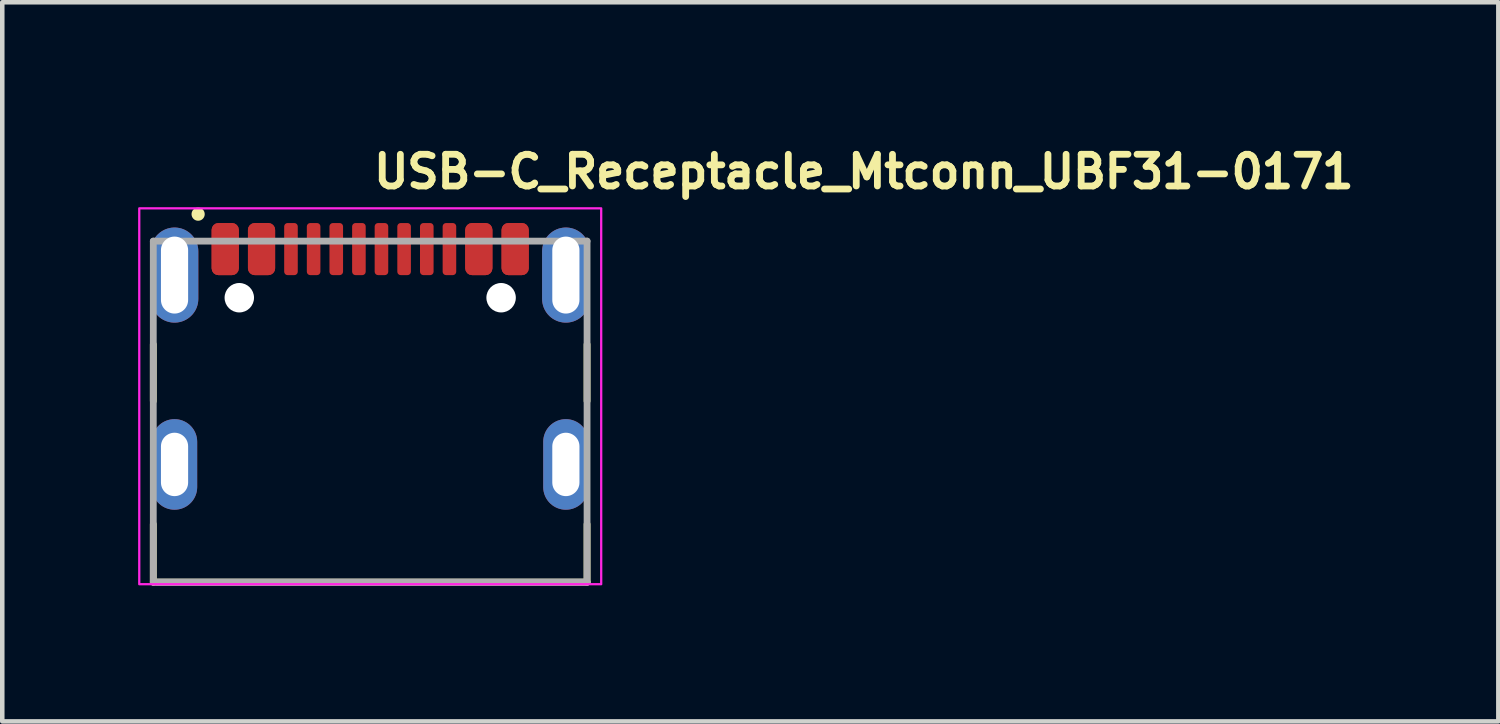
<source format=kicad_pcb>
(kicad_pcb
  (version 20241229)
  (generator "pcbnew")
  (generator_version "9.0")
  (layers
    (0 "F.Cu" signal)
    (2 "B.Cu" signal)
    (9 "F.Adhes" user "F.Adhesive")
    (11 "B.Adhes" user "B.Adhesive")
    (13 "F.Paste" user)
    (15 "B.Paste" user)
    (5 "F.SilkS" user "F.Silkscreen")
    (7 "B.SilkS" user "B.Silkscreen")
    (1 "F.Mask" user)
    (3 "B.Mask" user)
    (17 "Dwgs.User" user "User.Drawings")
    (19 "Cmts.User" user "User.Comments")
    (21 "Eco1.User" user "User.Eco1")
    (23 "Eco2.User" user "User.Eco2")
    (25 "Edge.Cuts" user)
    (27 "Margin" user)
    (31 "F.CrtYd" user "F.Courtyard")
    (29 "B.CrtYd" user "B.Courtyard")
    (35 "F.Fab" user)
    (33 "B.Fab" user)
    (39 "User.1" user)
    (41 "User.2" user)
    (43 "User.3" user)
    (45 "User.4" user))
  (footprint "USB-C_Receptacle_Mtconn_UBF31-0171"
    (layer "F.Cu")
    (at 5.125 5.95)
    (property "Reference" "USB-C_Receptacle_Mtconn_UBF31-0171" (at 0 -4.8 0) (layer "F.SilkS") (effects (font (size 0.7 0.7) (thickness 0.15)) (justify left bottom)))
    (attr smd)
    (fp_line (start -4.79 -1.395) (end -4.79 -0.145) (stroke (width 0.15) (type solid)) (layer "F.SilkS"))
    (fp_line (start -4.79 2.575) (end -4.79 3.854) (stroke (width 0.15) (type solid)) (layer "F.SilkS"))
    (fp_line (start -4.79 3.854) (end 4.788 3.854) (stroke (width 0.15) (type solid)) (layer "F.SilkS"))
    (fp_line (start 4.788 -1.395) (end 4.788 -0.145) (stroke (width 0.15) (type solid)) (layer "F.SilkS"))
    (fp_line (start 4.788 3.854) (end 4.788 2.575) (stroke (width 0.15) (type solid)) (layer "F.SilkS"))
    (fp_circle (center -3.8 -4.271) (end -3.75 -4.221) (stroke (width 0.15) (type solid)) (fill yes) (layer "F.SilkS"))
    (fp_rect (start -5.1 -4.4) (end 5.1 3.9) (stroke (width 0.05) (type solid)) (fill no) (layer "F.CrtYd"))
    (fp_line (start -4.79 -3.676) (end 4.788 -3.676) (stroke (width 0.15) (type solid)) (layer "F.Fab"))
    (fp_line (start -4.79 3.854) (end -4.79 -3.676) (stroke (width 0.15) (type solid)) (layer "F.Fab"))
    (fp_line (start -4.702 3.854) (end 4.788 3.854) (stroke (width 0.15) (type solid)) (layer "F.Fab"))
    (fp_line (start 4.788 -3.676) (end 4.788 3.854) (stroke (width 0.15) (type solid)) (layer "F.Fab"))
    (fp_line (start 4.788 3.854) (end -4.79 3.854) (stroke (width 0.15) (type solid)) (layer "F.Fab"))
    (fp_rect (start -4.79 -3.856) (end 4.788 3.854) (stroke (width 0.1) (type solid)) (fill no) (layer "User.5"))
    (fp_line (start -4.79 -3.25) (end -4.79 -3.226) (stroke (width 0.02) (type solid)) (layer "User.9"))
    (fp_line (start -4.79 -3.226) (end -4.79 -2.077) (stroke (width 0.02) (type solid)) (layer "User.9"))
    (fp_line (start -4.79 -1.875) (end -4.79 -2.077) (stroke (width 0.02) (type solid)) (layer "User.9"))
    (fp_line (start -4.789 -3.273) (end -4.79 -3.25) (stroke (width 0.02) (type solid)) (layer "User.9"))
    (fp_line (start -4.786 -3.294) (end -4.789 -3.273) (stroke (width 0.02) (type solid)) (layer "User.9"))
    (fp_line (start -4.781 -3.317) (end -4.786 -3.294) (stroke (width 0.02) (type solid)) (layer "User.9"))
    (fp_line (start -4.776 -3.339) (end -4.781 -3.317) (stroke (width 0.02) (type solid)) (layer "User.9"))
    (fp_line (start -4.771 -3.359) (end -4.776 -3.339) (stroke (width 0.02) (type solid)) (layer "User.9"))
    (fp_line (start -4.763 -3.38) (end -4.771 -3.359) (stroke (width 0.02) (type solid)) (layer "User.9"))
    (fp_line (start -4.755 -3.402) (end -4.763 -3.38) (stroke (width 0.02) (type solid)) (layer "User.9"))
    (fp_line (start -4.747 -3.422) (end -4.755 -3.402) (stroke (width 0.02) (type solid)) (layer "User.9"))
    (fp_line (start -4.736 -3.44) (end -4.747 -3.422) (stroke (width 0.02) (type solid)) (layer "User.9"))
    (fp_line (start -4.726 -3.46) (end -4.736 -3.44) (stroke (width 0.02) (type solid)) (layer "User.9"))
    (fp_line (start -4.715 -3.477) (end -4.726 -3.46) (stroke (width 0.02) (type solid)) (layer "User.9"))
    (fp_line (start -4.702 -3.496) (end -4.715 -3.477) (stroke (width 0.02) (type solid)) (layer "User.9"))
    (fp_line (start -4.688 -3.512) (end -4.702 -3.496) (stroke (width 0.02) (type solid)) (layer "User.9"))
    (fp_line (start -4.675 -3.528) (end -4.688 -3.512) (stroke (width 0.02) (type solid)) (layer "User.9"))
    (fp_line (start -4.659 -3.544) (end -4.675 -3.528) (stroke (width 0.02) (type solid)) (layer "User.9"))
    (fp_line (start -4.643 -3.56) (end -4.659 -3.544) (stroke (width 0.02) (type solid)) (layer "User.9"))
    (fp_line (start -4.64 -1.875) (end -4.79 -1.875) (stroke (width 0.02) (type solid)) (layer "User.9"))
    (fp_line (start -4.64 -1.875) (end -4.6 -1.917) (stroke (width 0.02) (type solid)) (layer "User.9"))
    (fp_line (start -4.627 -3.573) (end -4.643 -3.56) (stroke (width 0.02) (type solid)) (layer "User.9"))
    (fp_line (start -4.611 -3.586) (end -4.627 -3.573) (stroke (width 0.02) (type solid)) (layer "User.9"))
    (fp_line (start -4.6 -1.917) (end -4.6 -1.917) (stroke (width 0.02) (type solid)) (layer "User.9"))
    (fp_line (start -4.6 -1.917) (end -4.491 -2.025) (stroke (width 0.02) (type solid)) (layer "User.9"))
    (fp_line (start -4.593 -3.6) (end -4.611 -3.586) (stroke (width 0.02) (type solid)) (layer "User.9"))
    (fp_line (start -4.574 -3.61) (end -4.593 -3.6) (stroke (width 0.02) (type solid)) (layer "User.9"))
    (fp_line (start -4.555 -3.621) (end -4.574 -3.61) (stroke (width 0.02) (type solid)) (layer "User.9"))
    (fp_line (start -4.537 -3.632) (end -4.555 -3.621) (stroke (width 0.02) (type solid)) (layer "User.9"))
    (fp_line (start -4.516 -3.641) (end -4.537 -3.632) (stroke (width 0.02) (type solid)) (layer "User.9"))
    (fp_line (start -4.496 -3.649) (end -4.516 -3.641) (stroke (width 0.02) (type solid)) (layer "User.9"))
    (fp_line (start -4.491 -3.242) (end -4.491 -3.234) (stroke (width 0.02) (type solid)) (layer "User.9"))
    (fp_line (start -4.491 -3.234) (end -4.491 -3.226) (stroke (width 0.02) (type solid)) (layer "User.9"))
    (fp_line (start -4.491 -3.226) (end -4.491 -2.077) (stroke (width 0.02) (type solid)) (layer "User.9"))
    (fp_line (start -4.491 -2.327) (end -4.47 -2.327) (stroke (width 0.02) (type solid)) (layer "User.9"))
    (fp_line (start -4.491 -2.025) (end -4.491 -2.077) (stroke (width 0.02) (type solid)) (layer "User.9"))
    (fp_line (start -4.489 -3.249) (end -4.491 -3.242) (stroke (width 0.02) (type solid)) (layer "User.9"))
    (fp_line (start -4.488 -3.257) (end -4.489 -3.249) (stroke (width 0.02) (type solid)) (layer "User.9"))
    (fp_line (start -4.486 -3.263) (end -4.488 -3.257) (stroke (width 0.02) (type solid)) (layer "User.9"))
    (fp_line (start -4.484 -3.27) (end -4.486 -3.263) (stroke (width 0.02) (type solid)) (layer "User.9"))
    (fp_line (start -4.481 -3.278) (end -4.484 -3.27) (stroke (width 0.02) (type solid)) (layer "User.9"))
    (fp_line (start -4.479 -3.285) (end -4.481 -3.278) (stroke (width 0.02) (type solid)) (layer "User.9"))
    (fp_line (start -4.476 -3.291) (end -4.479 -3.285) (stroke (width 0.02) (type solid)) (layer "User.9"))
    (fp_line (start -4.475 -3.656) (end -4.496 -3.649) (stroke (width 0.02) (type solid)) (layer "User.9"))
    (fp_line (start -4.473 -3.298) (end -4.476 -3.291) (stroke (width 0.02) (type solid)) (layer "User.9"))
    (fp_line (start -4.47 -3.303) (end -4.473 -3.298) (stroke (width 0.02) (type solid)) (layer "User.9"))
    (fp_line (start -4.47 -3.176) (end -4.47 -3.301) (stroke (width 0.02) (type solid)) (layer "User.9"))
    (fp_line (start -4.47 -3.176) (end -4.47 -3.125) (stroke (width 0.02) (type solid)) (layer "User.9"))
    (fp_line (start -4.47 -3.125) (end -4.47 3.854) (stroke (width 0.02) (type solid)) (layer "User.9"))
    (fp_line (start -4.47 -2.952) (end -4.491 -2.923) (stroke (width 0.02) (type solid)) (layer "User.9"))
    (fp_line (start -4.465 -3.31) (end -4.47 -3.303) (stroke (width 0.02) (type solid)) (layer "User.9"))
    (fp_line (start -4.462 -3.315) (end -4.465 -3.31) (stroke (width 0.02) (type solid)) (layer "User.9"))
    (fp_line (start -4.462 -3.125) (end -4.47 -3.125) (stroke (width 0.02) (type solid)) (layer "User.9"))
    (fp_line (start -4.462 -3.125) (end -4.462 -3.125) (stroke (width 0.02) (type solid)) (layer "User.9"))
    (fp_line (start -4.462 3.854) (end -4.47 3.854) (stroke (width 0.02) (type solid)) (layer "User.9"))
    (fp_line (start -4.462 3.854) (end -4.462 3.854) (stroke (width 0.02) (type solid)) (layer "User.9"))
    (fp_line (start -4.457 -3.322) (end -4.462 -3.315) (stroke (width 0.02) (type solid)) (layer "User.9"))
    (fp_line (start -4.454 -3.661) (end -4.475 -3.656) (stroke (width 0.02) (type solid)) (layer "User.9"))
    (fp_line (start -4.452 -3.326) (end -4.457 -3.322) (stroke (width 0.02) (type solid)) (layer "User.9"))
    (fp_line (start -4.447 -3.332) (end -4.452 -3.326) (stroke (width 0.02) (type solid)) (layer "User.9"))
    (fp_line (start -4.441 -3.338) (end -4.447 -3.332) (stroke (width 0.02) (type solid)) (layer "User.9"))
    (fp_line (start -4.438 -3.125) (end -4.462 -3.125) (stroke (width 0.02) (type solid)) (layer "User.9"))
    (fp_line (start -4.438 -3.125) (end -4.438 -3.125) (stroke (width 0.02) (type solid)) (layer "User.9"))
    (fp_line (start -4.438 3.854) (end -4.462 3.854) (stroke (width 0.02) (type solid)) (layer "User.9"))
    (fp_line (start -4.438 3.854) (end -4.438 3.854) (stroke (width 0.02) (type solid)) (layer "User.9"))
    (fp_line (start -4.436 -3.342) (end -4.441 -3.338) (stroke (width 0.02) (type solid)) (layer "User.9"))
    (fp_line (start -4.431 -3.666) (end -4.454 -3.661) (stroke (width 0.02) (type solid)) (layer "User.9"))
    (fp_line (start -4.43 -3.347) (end -4.436 -3.342) (stroke (width 0.02) (type solid)) (layer "User.9"))
    (fp_line (start -4.425 -3.351) (end -4.43 -3.347) (stroke (width 0.02) (type solid)) (layer "User.9"))
    (fp_line (start -4.419 -3.355) (end -4.425 -3.351) (stroke (width 0.02) (type solid)) (layer "User.9"))
    (fp_line (start -4.412 -3.358) (end -4.419 -3.355) (stroke (width 0.02) (type solid)) (layer "User.9"))
    (fp_line (start -4.409 -3.67) (end -4.431 -3.666) (stroke (width 0.02) (type solid)) (layer "User.9"))
    (fp_line (start -4.406 -3.362) (end -4.412 -3.358) (stroke (width 0.02) (type solid)) (layer "User.9"))
    (fp_line (start -4.399 -3.364) (end -4.406 -3.362) (stroke (width 0.02) (type solid)) (layer "User.9"))
    (fp_line (start -4.399 -3.125) (end -4.438 -3.125) (stroke (width 0.02) (type solid)) (layer "User.9"))
    (fp_line (start -4.399 -3.125) (end -4.399 -3.125) (stroke (width 0.02) (type solid)) (layer "User.9"))
    (fp_line (start -4.399 3.854) (end -4.438 3.854) (stroke (width 0.02) (type solid)) (layer "User.9"))
    (fp_line (start -4.399 3.854) (end -4.399 3.854) (stroke (width 0.02) (type solid)) (layer "User.9"))
    (fp_line (start -4.393 -3.367) (end -4.399 -3.364) (stroke (width 0.02) (type solid)) (layer "User.9"))
    (fp_line (start -4.388 -3.673) (end -4.409 -3.67) (stroke (width 0.02) (type solid)) (layer "User.9"))
    (fp_line (start -4.385 -3.37) (end -4.393 -3.367) (stroke (width 0.02) (type solid)) (layer "User.9"))
    (fp_line (start -4.379 -3.371) (end -4.385 -3.37) (stroke (width 0.02) (type solid)) (layer "User.9"))
    (fp_line (start -4.372 -3.372) (end -4.379 -3.371) (stroke (width 0.02) (type solid)) (layer "User.9"))
    (fp_line (start -4.364 -3.676) (end -4.388 -3.673) (stroke (width 0.02) (type solid)) (layer "User.9"))
    (fp_line (start -4.364 -3.375) (end -4.372 -3.372) (stroke (width 0.02) (type solid)) (layer "User.9"))
    (fp_line (start -4.363 -3.285) (end -4.47 -3.176) (stroke (width 0.02) (type solid)) (layer "User.9"))
    (fp_line (start -4.363 -3.285) (end -4.363 -3.285) (stroke (width 0.02) (type solid)) (layer "User.9"))
    (fp_line (start -4.356 -3.375) (end -4.364 -3.375) (stroke (width 0.02) (type solid)) (layer "User.9"))
    (fp_line (start -4.348 -3.375) (end -4.356 -3.375) (stroke (width 0.02) (type solid)) (layer "User.9"))
    (fp_line (start -4.345 -3.125) (end -4.399 -3.125) (stroke (width 0.02) (type solid)) (layer "User.9"))
    (fp_line (start -4.345 -3.125) (end -4.345 -3.125) (stroke (width 0.02) (type solid)) (layer "User.9"))
    (fp_line (start -4.345 3.854) (end -4.399 3.854) (stroke (width 0.02) (type solid)) (layer "User.9"))
    (fp_line (start -4.345 3.854) (end -4.345 3.854) (stroke (width 0.02) (type solid)) (layer "User.9"))
    (fp_line (start -4.34 -3.676) (end -4.364 -3.676) (stroke (width 0.02) (type solid)) (layer "User.9"))
    (fp_line (start -4.34 -3.676) (end -4.321 -3.676) (stroke (width 0.02) (type solid)) (layer "User.9"))
    (fp_line (start -4.34 -3.375) (end -4.348 -3.375) (stroke (width 0.02) (type solid)) (layer "User.9"))
    (fp_line (start -4.34 -3.375) (end -4.321 -3.375) (stroke (width 0.02) (type solid)) (layer "User.9"))
    (fp_line (start -4.321 -3.676) (end -4.314 -3.676) (stroke (width 0.02) (type solid)) (layer "User.9"))
    (fp_line (start -4.321 -3.375) (end -4.321 -3.676) (stroke (width 0.02) (type solid)) (layer "User.9"))
    (fp_line (start -4.321 -3.375) (end -4.321 -3.326) (stroke (width 0.02) (type solid)) (layer "User.9"))
    (fp_line (start -4.321 -3.375) (end -4.314 -3.375) (stroke (width 0.02) (type solid)) (layer "User.9"))
    (fp_line (start -4.321 -3.326) (end -4.363 -3.285) (stroke (width 0.02) (type solid)) (layer "User.9"))
    (fp_line (start -4.314 -3.676) (end -4.314 -3.676) (stroke (width 0.02) (type solid)) (layer "User.9"))
    (fp_line (start -4.314 -3.676) (end -4.297 -3.676) (stroke (width 0.02) (type solid)) (layer "User.9"))
    (fp_line (start -4.314 -3.375) (end -4.314 -3.375) (stroke (width 0.02) (type solid)) (layer "User.9"))
    (fp_line (start -4.314 -3.375) (end -4.297 -3.375) (stroke (width 0.02) (type solid)) (layer "User.9"))
    (fp_line (start -4.297 -3.676) (end -4.297 -3.676) (stroke (width 0.02) (type solid)) (layer "User.9"))
    (fp_line (start -4.297 -3.676) (end -4.268 -3.676) (stroke (width 0.02) (type solid)) (layer "User.9"))
    (fp_line (start -4.297 -3.375) (end -4.297 -3.375) (stroke (width 0.02) (type solid)) (layer "User.9"))
    (fp_line (start -4.297 -3.375) (end -4.268 -3.375) (stroke (width 0.02) (type solid)) (layer "User.9"))
    (fp_line (start -4.274 -3.125) (end -4.345 -3.125) (stroke (width 0.02) (type solid)) (layer "User.9"))
    (fp_line (start -4.274 -3.125) (end -4.274 -3.125) (stroke (width 0.02) (type solid)) (layer "User.9"))
    (fp_line (start -4.274 3.854) (end -4.345 3.854) (stroke (width 0.02) (type solid)) (layer "User.9"))
    (fp_line (start -4.274 3.854) (end -4.274 3.854) (stroke (width 0.02) (type solid)) (layer "User.9"))
    (fp_line (start -4.268 -3.676) (end -4.268 -3.676) (stroke (width 0.02) (type solid)) (layer "User.9"))
    (fp_line (start -4.268 -3.676) (end -4.225 -3.676) (stroke (width 0.02) (type solid)) (layer "User.9"))
    (fp_line (start -4.268 -3.375) (end -4.268 -3.375) (stroke (width 0.02) (type solid)) (layer "User.9"))
    (fp_line (start -4.268 -3.375) (end -4.225 -3.375) (stroke (width 0.02) (type solid)) (layer "User.9"))
    (fp_line (start -4.225 -3.676) (end -4.225 -3.676) (stroke (width 0.02) (type solid)) (layer "User.9"))
    (fp_line (start -4.225 -3.676) (end -4.173 -3.676) (stroke (width 0.02) (type solid)) (layer "User.9"))
    (fp_line (start -4.225 -3.375) (end -4.225 -3.375) (stroke (width 0.02) (type solid)) (layer "User.9"))
    (fp_line (start -4.225 -3.375) (end -4.173 -3.375) (stroke (width 0.02) (type solid)) (layer "User.9"))
    (fp_line (start -4.191 -3.125) (end -4.274 -3.125) (stroke (width 0.02) (type solid)) (layer "User.9"))
    (fp_line (start -4.191 -3.125) (end -4.191 -3.125) (stroke (width 0.02) (type solid)) (layer "User.9"))
    (fp_line (start -4.191 3.854) (end -4.274 3.854) (stroke (width 0.02) (type solid)) (layer "User.9"))
    (fp_line (start -4.191 3.854) (end -4.191 3.854) (stroke (width 0.02) (type solid)) (layer "User.9"))
    (fp_line (start -4.173 -3.676) (end -4.173 -3.676) (stroke (width 0.02) (type solid)) (layer "User.9"))
    (fp_line (start -4.173 -3.676) (end -4.111 -3.676) (stroke (width 0.02) (type solid)) (layer "User.9"))
    (fp_line (start -4.173 -3.375) (end -4.173 -3.375) (stroke (width 0.02) (type solid)) (layer "User.9"))
    (fp_line (start -4.173 -3.375) (end -4.111 -3.375) (stroke (width 0.02) (type solid)) (layer "User.9"))
    (fp_line (start -4.17 -3.375) (end -4.17 -3.326) (stroke (width 0.02) (type solid)) (layer "User.9"))
    (fp_line (start -4.17 -3.326) (end -4.321 -3.326) (stroke (width 0.02) (type solid)) (layer "User.9"))
    (fp_line (start -4.17 -3.326) (end -4.17 -3.176) (stroke (width 0.02) (type solid)) (layer "User.9"))
    (fp_line (start -4.17 -3.176) (end -3.972 -3.375) (stroke (width 0.02) (type solid)) (layer "User.9"))
    (fp_line (start -4.17 -3.125) (end -4.17 -3.176) (stroke (width 0.02) (type solid)) (layer "User.9"))
    (fp_line (start -4.164 -3.176) (end -4.17 -3.176) (stroke (width 0.02) (type solid)) (layer "User.9"))
    (fp_line (start -4.164 -3.176) (end -4.164 -3.176) (stroke (width 0.02) (type solid)) (layer "User.9"))
    (fp_line (start -4.146 -3.176) (end -4.164 -3.176) (stroke (width 0.02) (type solid)) (layer "User.9"))
    (fp_line (start -4.146 -3.176) (end -4.146 -3.176) (stroke (width 0.02) (type solid)) (layer "User.9"))
    (fp_line (start -4.116 -3.176) (end -4.146 -3.176) (stroke (width 0.02) (type solid)) (layer "User.9"))
    (fp_line (start -4.116 -3.176) (end -4.116 -3.176) (stroke (width 0.02) (type solid)) (layer "User.9"))
    (fp_line (start -4.111 -3.676) (end -4.111 -3.676) (stroke (width 0.02) (type solid)) (layer "User.9"))
    (fp_line (start -4.111 -3.676) (end -4.037 -3.676) (stroke (width 0.02) (type solid)) (layer "User.9"))
    (fp_line (start -4.111 -3.375) (end -4.111 -3.375) (stroke (width 0.02) (type solid)) (layer "User.9"))
    (fp_line (start -4.111 -3.375) (end -4.037 -3.375) (stroke (width 0.02) (type solid)) (layer "User.9"))
    (fp_line (start -4.096 -3.125) (end -4.191 -3.125) (stroke (width 0.02) (type solid)) (layer "User.9"))
    (fp_line (start -4.096 -3.125) (end -4.096 -3.125) (stroke (width 0.02) (type solid)) (layer "User.9"))
    (fp_line (start -4.096 3.854) (end -4.191 3.854) (stroke (width 0.02) (type solid)) (layer "User.9"))
    (fp_line (start -4.096 3.854) (end -4.096 3.854) (stroke (width 0.02) (type solid)) (layer "User.9"))
    (fp_line (start -4.074 -3.176) (end -4.116 -3.176) (stroke (width 0.02) (type solid)) (layer "User.9"))
    (fp_line (start -4.074 -3.176) (end -4.074 -3.176) (stroke (width 0.02) (type solid)) (layer "User.9"))
    (fp_line (start -4.037 -3.676) (end -4.037 -3.676) (stroke (width 0.02) (type solid)) (layer "User.9"))
    (fp_line (start -4.037 -3.676) (end -3.955 -3.676) (stroke (width 0.02) (type solid)) (layer "User.9"))
    (fp_line (start -4.037 -3.375) (end -4.037 -3.375) (stroke (width 0.02) (type solid)) (layer "User.9"))
    (fp_line (start -4.037 -3.375) (end -3.955 -3.375) (stroke (width 0.02) (type solid)) (layer "User.9"))
    (fp_line (start -4.021 -3.176) (end -4.074 -3.176) (stroke (width 0.02) (type solid)) (layer "User.9"))
    (fp_line (start -4.021 -3.176) (end -4.021 -3.176) (stroke (width 0.02) (type solid)) (layer "User.9"))
    (fp_line (start -3.989 -3.125) (end -4.096 -3.125) (stroke (width 0.02) (type solid)) (layer "User.9"))
    (fp_line (start -3.989 -3.125) (end -3.989 -3.125) (stroke (width 0.02) (type solid)) (layer "User.9"))
    (fp_line (start -3.989 3.854) (end -4.096 3.854) (stroke (width 0.02) (type solid)) (layer "User.9"))
    (fp_line (start -3.989 3.854) (end -3.989 3.854) (stroke (width 0.02) (type solid)) (layer "User.9"))
    (fp_line (start -3.958 -3.176) (end -4.021 -3.176) (stroke (width 0.02) (type solid)) (layer "User.9"))
    (fp_line (start -3.958 -3.176) (end -3.958 -3.176) (stroke (width 0.02) (type solid)) (layer "User.9"))
    (fp_line (start -3.955 -3.676) (end -3.955 -3.676) (stroke (width 0.02) (type solid)) (layer "User.9"))
    (fp_line (start -3.955 -3.676) (end -3.769 -3.676) (stroke (width 0.02) (type solid)) (layer "User.9"))
    (fp_line (start -3.955 -3.375) (end -3.955 -3.375) (stroke (width 0.02) (type solid)) (layer "User.9"))
    (fp_line (start -3.955 -3.375) (end -3.769 -3.375) (stroke (width 0.02) (type solid)) (layer "User.9"))
    (fp_line (start -3.883 -3.176) (end -3.958 -3.176) (stroke (width 0.02) (type solid)) (layer "User.9"))
    (fp_line (start -3.883 -3.176) (end -3.883 -3.176) (stroke (width 0.02) (type solid)) (layer "User.9"))
    (fp_line (start -3.871 -3.125) (end -3.989 -3.125) (stroke (width 0.02) (type solid)) (layer "User.9"))
    (fp_line (start -3.871 -3.125) (end -3.871 -3.125) (stroke (width 0.02) (type solid)) (layer "User.9"))
    (fp_line (start -3.871 3.854) (end -3.989 3.854) (stroke (width 0.02) (type solid)) (layer "User.9"))
    (fp_line (start -3.871 3.854) (end -3.871 3.854) (stroke (width 0.02) (type solid)) (layer "User.9"))
    (fp_line (start -3.769 -3.676) (end -3.769 -3.676) (stroke (width 0.02) (type solid)) (layer "User.9"))
    (fp_line (start -3.769 -3.676) (end -3.33 -3.676) (stroke (width 0.02) (type solid)) (layer "User.9"))
    (fp_line (start -3.769 -3.375) (end -3.769 -3.375) (stroke (width 0.02) (type solid)) (layer "User.9"))
    (fp_line (start -3.769 -3.375) (end -3.33 -3.375) (stroke (width 0.02) (type solid)) (layer "User.9"))
    (fp_line (start -3.713 -3.176) (end -3.883 -3.176) (stroke (width 0.02) (type solid)) (layer "User.9"))
    (fp_line (start -3.713 -3.176) (end -3.713 -3.176) (stroke (width 0.02) (type solid)) (layer "User.9"))
    (fp_line (start -3.613 -3.125) (end -3.871 -3.125) (stroke (width 0.02) (type solid)) (layer "User.9"))
    (fp_line (start -3.613 -3.125) (end -3.613 -3.125) (stroke (width 0.02) (type solid)) (layer "User.9"))
    (fp_line (start -3.613 3.854) (end -3.871 3.854) (stroke (width 0.02) (type solid)) (layer "User.9"))
    (fp_line (start -3.613 3.854) (end -3.613 3.854) (stroke (width 0.02) (type solid)) (layer "User.9"))
    (fp_line (start -3.515 -3.176) (end -3.713 -3.176) (stroke (width 0.02) (type solid)) (layer "User.9"))
    (fp_line (start -3.515 -3.176) (end -3.515 -3.176) (stroke (width 0.02) (type solid)) (layer "User.9"))
    (fp_line (start -3.451 -3.856) (end -3.451 -3.676) (stroke (width 0.02) (type solid)) (layer "User.9"))
    (fp_line (start -3.451 -3.856) (end -3.21 -3.856) (stroke (width 0.02) (type solid)) (layer "User.9"))
    (fp_line (start -3.33 -3.676) (end -3.293 -3.676) (stroke (width 0.02) (type solid)) (layer "User.9"))
    (fp_line (start -3.33 -3.375) (end -3.293 -3.375) (stroke (width 0.02) (type solid)) (layer "User.9"))
    (fp_line (start -3.293 -3.676) (end -3.009 -3.676) (stroke (width 0.02) (type solid)) (layer "User.9"))
    (fp_line (start -3.293 -3.375) (end -3.009 -3.375) (stroke (width 0.02) (type solid)) (layer "User.9"))
    (fp_line (start -3.21 -3.856) (end -3.21 -3.676) (stroke (width 0.02) (type solid)) (layer "User.9"))
    (fp_line (start -3.19 -3.856) (end -3.19 -3.676) (stroke (width 0.02) (type solid)) (layer "User.9"))
    (fp_line (start -3.19 -3.856) (end -2.952 -3.856) (stroke (width 0.02) (type solid)) (layer "User.9"))
    (fp_line (start -3.19 -3.176) (end -3.515 -3.176) (stroke (width 0.02) (type solid)) (layer "User.9"))
    (fp_line (start -3.19 -3.125) (end -3.613 -3.125) (stroke (width 0.02) (type solid)) (layer "User.9"))
    (fp_line (start -3.19 3.854) (end -3.613 3.854) (stroke (width 0.02) (type solid)) (layer "User.9"))
    (fp_line (start -3.009 -3.676) (end -2.868 -3.676) (stroke (width 0.02) (type solid)) (layer "User.9"))
    (fp_line (start -3.009 -3.375) (end -2.868 -3.375) (stroke (width 0.02) (type solid)) (layer "User.9"))
    (fp_line (start -2.952 -3.856) (end -2.952 -3.676) (stroke (width 0.02) (type solid)) (layer "User.9"))
    (fp_line (start -2.868 -3.676) (end -2.609 -3.676) (stroke (width 0.02) (type solid)) (layer "User.9"))
    (fp_line (start -2.868 -3.375) (end -2.609 -3.375) (stroke (width 0.02) (type solid)) (layer "User.9"))
    (fp_line (start -2.709 -3.125) (end -3.19 -3.125) (stroke (width 0.02) (type solid)) (layer "User.9"))
    (fp_line (start -2.703 -3.126) (end -2.709 -3.126) (stroke (width 0.02) (type solid)) (layer "User.9"))
    (fp_line (start -2.698 -3.126) (end -2.703 -3.126) (stroke (width 0.02) (type solid)) (layer "User.9"))
    (fp_line (start -2.694 -3.128) (end -2.698 -3.126) (stroke (width 0.02) (type solid)) (layer "User.9"))
    (fp_line (start -2.689 -3.129) (end -2.694 -3.128) (stroke (width 0.02) (type solid)) (layer "User.9"))
    (fp_line (start -2.684 -3.129) (end -2.689 -3.129) (stroke (width 0.02) (type solid)) (layer "User.9"))
    (fp_line (start -2.678 -3.13) (end -2.684 -3.129) (stroke (width 0.02) (type solid)) (layer "User.9"))
    (fp_line (start -2.674 -3.133) (end -2.678 -3.13) (stroke (width 0.02) (type solid)) (layer "User.9"))
    (fp_line (start -2.669 -3.133) (end -2.674 -3.133) (stroke (width 0.02) (type solid)) (layer "User.9"))
    (fp_line (start -2.665 -3.136) (end -2.669 -3.133) (stroke (width 0.02) (type solid)) (layer "User.9"))
    (fp_line (start -2.661 -3.138) (end -2.665 -3.136) (stroke (width 0.02) (type solid)) (layer "User.9"))
    (fp_line (start -2.657 -3.141) (end -2.661 -3.138) (stroke (width 0.02) (type solid)) (layer "User.9"))
    (fp_line (start -2.653 -3.144) (end -2.657 -3.141) (stroke (width 0.02) (type solid)) (layer "User.9"))
    (fp_line (start -2.65 -3.856) (end -2.65 -3.676) (stroke (width 0.02) (type solid)) (layer "User.9"))
    (fp_line (start -2.65 -3.856) (end -2.411 -3.856) (stroke (width 0.02) (type solid)) (layer "User.9"))
    (fp_line (start -2.65 -1.426) (end -2.65 -1.401) (stroke (width 0.02) (type solid)) (layer "User.9"))
    (fp_line (start -2.65 -1.426) (end -1.351 -1.426) (stroke (width 0.02) (type solid)) (layer "User.9"))
    (fp_line (start -2.65 -1.401) (end -2.65 -1.426) (stroke (width 0.02) (type solid)) (layer "User.9"))
    (fp_line (start -2.65 -1.401) (end -2.564 -1.401) (stroke (width 0.02) (type solid)) (layer "User.9"))
    (fp_line (start -2.65 -0.951) (end -2.65 -0.927) (stroke (width 0.02) (type solid)) (layer "User.9"))
    (fp_line (start -2.65 -0.927) (end -1.351 -0.927) (stroke (width 0.02) (type solid)) (layer "User.9"))
    (fp_line (start -2.649 -3.145) (end -2.653 -3.144) (stroke (width 0.02) (type solid)) (layer "User.9"))
    (fp_line (start -2.645 -3.149) (end -2.649 -3.145) (stroke (width 0.02) (type solid)) (layer "User.9"))
    (fp_line (start -2.641 -3.152) (end -2.645 -3.149) (stroke (width 0.02) (type solid)) (layer "User.9"))
    (fp_line (start -2.637 -3.156) (end -2.641 -3.152) (stroke (width 0.02) (type solid)) (layer "User.9"))
    (fp_line (start -2.634 -3.158) (end -2.637 -3.156) (stroke (width 0.02) (type solid)) (layer "User.9"))
    (fp_line (start -2.632 -3.162) (end -2.634 -3.158) (stroke (width 0.02) (type solid)) (layer "User.9"))
    (fp_line (start -2.629 -3.166) (end -2.632 -3.162) (stroke (width 0.02) (type solid)) (layer "User.9"))
    (fp_line (start -2.625 -3.17) (end -2.629 -3.166) (stroke (width 0.02) (type solid)) (layer "User.9"))
    (fp_line (start -2.622 -3.174) (end -2.625 -3.17) (stroke (width 0.02) (type solid)) (layer "User.9"))
    (fp_line (start -2.621 -3.178) (end -2.622 -3.174) (stroke (width 0.02) (type solid)) (layer "User.9"))
    (fp_line (start -2.621 -3.176) (end -3.19 -3.176) (stroke (width 0.02) (type solid)) (layer "User.9"))
    (fp_line (start -2.618 -3.182) (end -2.621 -3.178) (stroke (width 0.02) (type solid)) (layer "User.9"))
    (fp_line (start -2.617 -3.188) (end -2.618 -3.182) (stroke (width 0.02) (type solid)) (layer "User.9"))
    (fp_line (start -2.614 -3.192) (end -2.617 -3.188) (stroke (width 0.02) (type solid)) (layer "User.9"))
    (fp_line (start -2.613 -3.197) (end -2.614 -3.192) (stroke (width 0.02) (type solid)) (layer "User.9"))
    (fp_line (start -2.612 -3.202) (end -2.613 -3.197) (stroke (width 0.02) (type solid)) (layer "User.9"))
    (fp_line (start -2.61 -3.206) (end -2.612 -3.202) (stroke (width 0.02) (type solid)) (layer "User.9"))
    (fp_line (start -2.609 -3.676) (end -1.744 -3.676) (stroke (width 0.02) (type solid)) (layer "User.9"))
    (fp_line (start -2.609 -3.544) (end -2.609 -3.676) (stroke (width 0.02) (type solid)) (layer "User.9"))
    (fp_line (start -2.609 -3.544) (end -2.609 -3.544) (stroke (width 0.02) (type solid)) (layer "User.9"))
    (fp_line (start -2.609 -3.226) (end -2.609 -3.544) (stroke (width 0.02) (type solid)) (layer "User.9"))
    (fp_line (start -2.609 -3.226) (end -2.609 -3.221) (stroke (width 0.02) (type solid)) (layer "User.9"))
    (fp_line (start -2.609 -3.221) (end -2.609 -3.215) (stroke (width 0.02) (type solid)) (layer "User.9"))
    (fp_line (start -2.609 -3.215) (end -2.609 -3.21) (stroke (width 0.02) (type solid)) (layer "User.9"))
    (fp_line (start -2.609 -3.21) (end -2.61 -3.206) (stroke (width 0.02) (type solid)) (layer "User.9"))
    (fp_line (start -2.564 -0.951) (end -2.65 -0.951) (stroke (width 0.02) (type solid)) (layer "User.9"))
    (fp_line (start -2.411 -3.856) (end -2.411 -3.676) (stroke (width 0.02) (type solid)) (layer "User.9"))
    (fp_line (start -2.391 -3.856) (end -2.391 -3.676) (stroke (width 0.02) (type solid)) (layer "User.9"))
    (fp_line (start -2.391 -3.856) (end -2.15 -3.856) (stroke (width 0.02) (type solid)) (layer "User.9"))
    (fp_line (start -2.234 -1.401) (end -2.564 -1.401) (stroke (width 0.02) (type solid)) (layer "User.9"))
    (fp_line (start -2.234 -0.951) (end -2.564 -0.951) (stroke (width 0.02) (type solid)) (layer "User.9"))
    (fp_line (start -2.15 -3.856) (end -2.15 -3.676) (stroke (width 0.02) (type solid)) (layer "User.9"))
    (fp_line (start -2.148 -1.401) (end -2.234 -1.401) (stroke (width 0.02) (type solid)) (layer "User.9"))
    (fp_line (start -2.148 -0.951) (end -2.234 -0.951) (stroke (width 0.02) (type solid)) (layer "User.9"))
    (fp_line (start -2.101 -1.401) (end -2.148 -1.401) (stroke (width 0.02) (type solid)) (layer "User.9"))
    (fp_line (start -2.101 -0.951) (end -2.148 -0.951) (stroke (width 0.02) (type solid)) (layer "User.9"))
    (fp_line (start -1.901 -1.401) (end -2.101 -1.401) (stroke (width 0.02) (type solid)) (layer "User.9"))
    (fp_line (start -1.901 -0.951) (end -2.101 -0.951) (stroke (width 0.02) (type solid)) (layer "User.9"))
    (fp_line (start -1.855 -1.401) (end -1.901 -1.401) (stroke (width 0.02) (type solid)) (layer "User.9"))
    (fp_line (start -1.855 -0.951) (end -1.901 -0.951) (stroke (width 0.02) (type solid)) (layer "User.9"))
    (fp_line (start -1.851 -3.856) (end -1.851 -3.676) (stroke (width 0.02) (type solid)) (layer "User.9"))
    (fp_line (start -1.851 -3.856) (end -1.651 -3.856) (stroke (width 0.02) (type solid)) (layer "User.9"))
    (fp_line (start -1.768 -1.401) (end -1.855 -1.401) (stroke (width 0.02) (type solid)) (layer "User.9"))
    (fp_line (start -1.768 -0.951) (end -1.855 -0.951) (stroke (width 0.02) (type solid)) (layer "User.9"))
    (fp_line (start -1.744 -3.676) (end -1.744 -3.544) (stroke (width 0.02) (type solid)) (layer "User.9"))
    (fp_line (start -1.744 -3.676) (end -1.593 -3.676) (stroke (width 0.02) (type solid)) (layer "User.9"))
    (fp_line (start -1.744 -3.544) (end -1.744 -3.544) (stroke (width 0.02) (type solid)) (layer "User.9"))
    (fp_line (start -1.744 -3.544) (end -1.744 -3.226) (stroke (width 0.02) (type solid)) (layer "User.9"))
    (fp_line (start -1.744 -3.375) (end 1.741 -3.375) (stroke (width 0.02) (type solid)) (layer "User.9"))
    (fp_line (start -1.744 -3.221) (end -1.744 -3.226) (stroke (width 0.02) (type solid)) (layer "User.9"))
    (fp_line (start -1.742 -3.215) (end -1.744 -3.221) (stroke (width 0.02) (type solid)) (layer "User.9"))
    (fp_line (start -1.742 -3.21) (end -1.742 -3.215) (stroke (width 0.02) (type solid)) (layer "User.9"))
    (fp_line (start -1.742 -3.206) (end -1.742 -3.21) (stroke (width 0.02) (type solid)) (layer "User.9"))
    (fp_line (start -1.74 -3.202) (end -1.742 -3.206) (stroke (width 0.02) (type solid)) (layer "User.9"))
    (fp_line (start -1.74 -3.197) (end -1.74 -3.202) (stroke (width 0.02) (type solid)) (layer "User.9"))
    (fp_line (start -1.738 -3.192) (end -1.74 -3.197) (stroke (width 0.02) (type solid)) (layer "User.9"))
    (fp_line (start -1.736 -3.188) (end -1.738 -3.192) (stroke (width 0.02) (type solid)) (layer "User.9"))
    (fp_line (start -1.734 -3.182) (end -1.736 -3.188) (stroke (width 0.02) (type solid)) (layer "User.9"))
    (fp_line (start -1.732 -3.178) (end -1.734 -3.182) (stroke (width 0.02) (type solid)) (layer "User.9"))
    (fp_line (start -1.73 -3.174) (end -1.732 -3.178) (stroke (width 0.02) (type solid)) (layer "User.9"))
    (fp_line (start -1.726 -3.17) (end -1.73 -3.174) (stroke (width 0.02) (type solid)) (layer "User.9"))
    (fp_line (start -1.724 -3.166) (end -1.726 -3.17) (stroke (width 0.02) (type solid)) (layer "User.9"))
    (fp_line (start -1.72 -3.162) (end -1.724 -3.166) (stroke (width 0.02) (type solid)) (layer "User.9"))
    (fp_line (start -1.718 -3.158) (end -1.72 -3.162) (stroke (width 0.02) (type solid)) (layer "User.9"))
    (fp_line (start -1.714 -3.156) (end -1.718 -3.158) (stroke (width 0.02) (type solid)) (layer "User.9"))
    (fp_line (start -1.71 -3.152) (end -1.714 -3.156) (stroke (width 0.02) (type solid)) (layer "User.9"))
    (fp_line (start -1.708 -3.149) (end -1.71 -3.152) (stroke (width 0.02) (type solid)) (layer "User.9"))
    (fp_line (start -1.704 -3.145) (end -1.708 -3.149) (stroke (width 0.02) (type solid)) (layer "User.9"))
    (fp_line (start -1.7 -3.144) (end -1.704 -3.145) (stroke (width 0.02) (type solid)) (layer "User.9"))
    (fp_line (start -1.696 -3.141) (end -1.7 -3.144) (stroke (width 0.02) (type solid)) (layer "User.9"))
    (fp_line (start -1.692 -3.138) (end -1.696 -3.141) (stroke (width 0.02) (type solid)) (layer "User.9"))
    (fp_line (start -1.686 -3.136) (end -1.692 -3.138) (stroke (width 0.02) (type solid)) (layer "User.9"))
    (fp_line (start -1.682 -3.133) (end -1.686 -3.136) (stroke (width 0.02) (type solid)) (layer "User.9"))
    (fp_line (start -1.678 -3.133) (end -1.682 -3.133) (stroke (width 0.02) (type solid)) (layer "User.9"))
    (fp_line (start -1.674 -3.13) (end -1.678 -3.133) (stroke (width 0.02) (type solid)) (layer "User.9"))
    (fp_line (start -1.668 -3.129) (end -1.674 -3.13) (stroke (width 0.02) (type solid)) (layer "User.9"))
    (fp_line (start -1.663 -3.129) (end -1.668 -3.129) (stroke (width 0.02) (type solid)) (layer "User.9"))
    (fp_line (start -1.659 -3.128) (end -1.663 -3.129) (stroke (width 0.02) (type solid)) (layer "User.9"))
    (fp_line (start -1.653 -3.126) (end -1.659 -3.128) (stroke (width 0.02) (type solid)) (layer "User.9"))
    (fp_line (start -1.651 -3.856) (end -1.651 -3.676) (stroke (width 0.02) (type solid)) (layer "User.9"))
    (fp_line (start -1.649 -3.126) (end -1.653 -3.126) (stroke (width 0.02) (type solid)) (layer "User.9"))
    (fp_line (start -1.643 -3.125) (end -1.649 -3.126) (stroke (width 0.02) (type solid)) (layer "User.9"))
    (fp_line (start -1.593 -3.676) (end 1.592 -3.676) (stroke (width 0.02) (type solid)) (layer "User.9"))
    (fp_line (start -1.438 -1.401) (end -1.768 -1.401) (stroke (width 0.02) (type solid)) (layer "User.9"))
    (fp_line (start -1.438 -0.951) (end -1.768 -0.951) (stroke (width 0.02) (type solid)) (layer "User.9"))
    (fp_line (start -1.438 -0.951) (end -1.351 -0.951) (stroke (width 0.02) (type solid)) (layer "User.9"))
    (fp_line (start -1.351 -3.856) (end -1.351 -3.676) (stroke (width 0.02) (type solid)) (layer "User.9"))
    (fp_line (start -1.351 -3.856) (end -1.151 -3.856) (stroke (width 0.02) (type solid)) (layer "User.9"))
    (fp_line (start -1.351 -1.426) (end -1.351 -1.401) (stroke (width 0.02) (type solid)) (layer "User.9"))
    (fp_line (start -1.351 -1.401) (end -1.438 -1.401) (stroke (width 0.02) (type solid)) (layer "User.9"))
    (fp_line (start -1.351 -1.401) (end -1.351 -1.426) (stroke (width 0.02) (type solid)) (layer "User.9"))
    (fp_line (start -1.351 -0.951) (end -1.351 -0.927) (stroke (width 0.02) (type solid)) (layer "User.9"))
    (fp_line (start -1.151 -3.856) (end -1.151 -3.676) (stroke (width 0.02) (type solid)) (layer "User.9"))
    (fp_line (start -0.85 -3.856) (end -0.85 -3.676) (stroke (width 0.02) (type solid)) (layer "User.9"))
    (fp_line (start -0.85 -3.856) (end -0.652 -3.856) (stroke (width 0.02) (type solid)) (layer "User.9"))
    (fp_line (start -0.652 -3.856) (end -0.652 -3.676) (stroke (width 0.02) (type solid)) (layer "User.9"))
    (fp_line (start -0.351 -3.856) (end -0.351 -3.676) (stroke (width 0.02) (type solid)) (layer "User.9"))
    (fp_line (start -0.351 -3.856) (end -0.15 -3.856) (stroke (width 0.02) (type solid)) (layer "User.9"))
    (fp_line (start -0.15 -3.856) (end -0.15 -3.676) (stroke (width 0.02) (type solid)) (layer "User.9"))
    (fp_line (start 0.148 -3.856) (end 0.148 -3.676) (stroke (width 0.02) (type solid)) (layer "User.9"))
    (fp_line (start 0.148 -3.856) (end 0.349 -3.856) (stroke (width 0.02) (type solid)) (layer "User.9"))
    (fp_line (start 0.349 -3.856) (end 0.349 -3.676) (stroke (width 0.02) (type solid)) (layer "User.9"))
    (fp_line (start 0.65 -3.856) (end 0.65 -3.676) (stroke (width 0.02) (type solid)) (layer "User.9"))
    (fp_line (start 0.65 -3.856) (end 0.848 -3.856) (stroke (width 0.02) (type solid)) (layer "User.9"))
    (fp_line (start 0.848 -3.856) (end 0.848 -3.676) (stroke (width 0.02) (type solid)) (layer "User.9"))
    (fp_line (start 1.148 -3.856) (end 1.148 -3.676) (stroke (width 0.02) (type solid)) (layer "User.9"))
    (fp_line (start 1.148 -3.856) (end 1.35 -3.856) (stroke (width 0.02) (type solid)) (layer "User.9"))
    (fp_line (start 1.35 -3.856) (end 1.35 -3.676) (stroke (width 0.02) (type solid)) (layer "User.9"))
    (fp_line (start 1.35 -1.426) (end 1.35 -1.401) (stroke (width 0.02) (type solid)) (layer "User.9"))
    (fp_line (start 1.35 -1.401) (end 1.35 -1.426) (stroke (width 0.02) (type solid)) (layer "User.9"))
    (fp_line (start 1.35 -1.401) (end 1.437 -1.401) (stroke (width 0.02) (type solid)) (layer "User.9"))
    (fp_line (start 1.35 -0.951) (end 1.35 -0.927) (stroke (width 0.02) (type solid)) (layer "User.9"))
    (fp_line (start 1.437 -0.951) (end 1.35 -0.951) (stroke (width 0.02) (type solid)) (layer "User.9"))
    (fp_line (start 1.592 -3.676) (end 1.741 -3.676) (stroke (width 0.02) (type solid)) (layer "User.9"))
    (fp_line (start 1.642 -3.125) (end -1.643 -3.125) (stroke (width 0.02) (type solid)) (layer "User.9"))
    (fp_line (start 1.646 -3.126) (end 1.642 -3.126) (stroke (width 0.02) (type solid)) (layer "User.9"))
    (fp_line (start 1.648 -3.856) (end 1.648 -3.676) (stroke (width 0.02) (type solid)) (layer "User.9"))
    (fp_line (start 1.648 -3.856) (end 1.85 -3.856) (stroke (width 0.02) (type solid)) (layer "User.9"))
    (fp_line (start 1.652 -3.126) (end 1.646 -3.126) (stroke (width 0.02) (type solid)) (layer "User.9"))
    (fp_line (start 1.656 -3.128) (end 1.652 -3.126) (stroke (width 0.02) (type solid)) (layer "User.9"))
    (fp_line (start 1.662 -3.129) (end 1.656 -3.128) (stroke (width 0.02) (type solid)) (layer "User.9"))
    (fp_line (start 1.667 -3.129) (end 1.662 -3.129) (stroke (width 0.02) (type solid)) (layer "User.9"))
    (fp_line (start 1.671 -3.13) (end 1.667 -3.129) (stroke (width 0.02) (type solid)) (layer "User.9"))
    (fp_line (start 1.675 -3.133) (end 1.671 -3.13) (stroke (width 0.02) (type solid)) (layer "User.9"))
    (fp_line (start 1.681 -3.133) (end 1.675 -3.133) (stroke (width 0.02) (type solid)) (layer "User.9"))
    (fp_line (start 1.685 -3.136) (end 1.681 -3.133) (stroke (width 0.02) (type solid)) (layer "User.9"))
    (fp_line (start 1.689 -3.138) (end 1.685 -3.136) (stroke (width 0.02) (type solid)) (layer "User.9"))
    (fp_line (start 1.693 -3.141) (end 1.689 -3.138) (stroke (width 0.02) (type solid)) (layer "User.9"))
    (fp_line (start 1.697 -3.144) (end 1.693 -3.141) (stroke (width 0.02) (type solid)) (layer "User.9"))
    (fp_line (start 1.701 -3.145) (end 1.697 -3.144) (stroke (width 0.02) (type solid)) (layer "User.9"))
    (fp_line (start 1.705 -3.149) (end 1.701 -3.145) (stroke (width 0.02) (type solid)) (layer "User.9"))
    (fp_line (start 1.709 -3.152) (end 1.705 -3.149) (stroke (width 0.02) (type solid)) (layer "User.9"))
    (fp_line (start 1.713 -3.156) (end 1.709 -3.152) (stroke (width 0.02) (type solid)) (layer "User.9"))
    (fp_line (start 1.715 -3.158) (end 1.713 -3.156) (stroke (width 0.02) (type solid)) (layer "User.9"))
    (fp_line (start 1.719 -3.162) (end 1.715 -3.158) (stroke (width 0.02) (type solid)) (layer "User.9"))
    (fp_line (start 1.721 -3.166) (end 1.719 -3.162) (stroke (width 0.02) (type solid)) (layer "User.9"))
    (fp_line (start 1.725 -3.17) (end 1.721 -3.166) (stroke (width 0.02) (type solid)) (layer "User.9"))
    (fp_line (start 1.727 -3.174) (end 1.725 -3.17) (stroke (width 0.02) (type solid)) (layer "User.9"))
    (fp_line (start 1.729 -3.178) (end 1.727 -3.174) (stroke (width 0.02) (type solid)) (layer "User.9"))
    (fp_line (start 1.729 -3.176) (end -1.73 -3.176) (stroke (width 0.02) (type solid)) (layer "User.9"))
    (fp_line (start 1.731 -3.182) (end 1.729 -3.178) (stroke (width 0.02) (type solid)) (layer "User.9"))
    (fp_line (start 1.733 -3.188) (end 1.731 -3.182) (stroke (width 0.02) (type solid)) (layer "User.9"))
    (fp_line (start 1.735 -3.192) (end 1.733 -3.188) (stroke (width 0.02) (type solid)) (layer "User.9"))
    (fp_line (start 1.737 -3.197) (end 1.735 -3.192) (stroke (width 0.02) (type solid)) (layer "User.9"))
    (fp_line (start 1.739 -3.206) (end 1.739 -3.202) (stroke (width 0.02) (type solid)) (layer "User.9"))
    (fp_line (start 1.739 -3.202) (end 1.737 -3.197) (stroke (width 0.02) (type solid)) (layer "User.9"))
    (fp_line (start 1.741 -3.676) (end 2.607 -3.676) (stroke (width 0.02) (type solid)) (layer "User.9"))
    (fp_line (start 1.741 -3.544) (end 1.741 -3.676) (stroke (width 0.02) (type solid)) (layer "User.9"))
    (fp_line (start 1.741 -3.544) (end 1.741 -3.544) (stroke (width 0.02) (type solid)) (layer "User.9"))
    (fp_line (start 1.741 -3.226) (end 1.741 -3.544) (stroke (width 0.02) (type solid)) (layer "User.9"))
    (fp_line (start 1.741 -3.226) (end 1.741 -3.221) (stroke (width 0.02) (type solid)) (layer "User.9"))
    (fp_line (start 1.741 -3.221) (end 1.741 -3.215) (stroke (width 0.02) (type solid)) (layer "User.9"))
    (fp_line (start 1.741 -3.215) (end 1.741 -3.21) (stroke (width 0.02) (type solid)) (layer "User.9"))
    (fp_line (start 1.741 -3.21) (end 1.739 -3.206) (stroke (width 0.02) (type solid)) (layer "User.9"))
    (fp_line (start 1.765 -1.401) (end 1.437 -1.401) (stroke (width 0.02) (type solid)) (layer "User.9"))
    (fp_line (start 1.765 -0.951) (end 1.437 -0.951) (stroke (width 0.02) (type solid)) (layer "User.9"))
    (fp_line (start 1.85 -3.856) (end 1.85 -3.676) (stroke (width 0.02) (type solid)) (layer "User.9"))
    (fp_line (start 1.852 -1.401) (end 1.765 -1.401) (stroke (width 0.02) (type solid)) (layer "User.9"))
    (fp_line (start 1.852 -0.951) (end 1.765 -0.951) (stroke (width 0.02) (type solid)) (layer "User.9"))
    (fp_line (start 1.898 -1.401) (end 1.852 -1.401) (stroke (width 0.02) (type solid)) (layer "User.9"))
    (fp_line (start 1.898 -0.951) (end 1.852 -0.951) (stroke (width 0.02) (type solid)) (layer "User.9"))
    (fp_line (start 2.1 -1.401) (end 1.898 -1.401) (stroke (width 0.02) (type solid)) (layer "User.9"))
    (fp_line (start 2.1 -0.951) (end 1.898 -0.951) (stroke (width 0.02) (type solid)) (layer "User.9"))
    (fp_line (start 2.145 -1.401) (end 2.1 -1.401) (stroke (width 0.02) (type solid)) (layer "User.9"))
    (fp_line (start 2.145 -0.951) (end 2.1 -0.951) (stroke (width 0.02) (type solid)) (layer "User.9"))
    (fp_line (start 2.148 -3.856) (end 2.148 -3.676) (stroke (width 0.02) (type solid)) (layer "User.9"))
    (fp_line (start 2.148 -3.856) (end 2.39 -3.856) (stroke (width 0.02) (type solid)) (layer "User.9"))
    (fp_line (start 2.233 -1.401) (end 2.145 -1.401) (stroke (width 0.02) (type solid)) (layer "User.9"))
    (fp_line (start 2.233 -0.951) (end 2.145 -0.951) (stroke (width 0.02) (type solid)) (layer "User.9"))
    (fp_line (start 2.39 -3.856) (end 2.39 -3.676) (stroke (width 0.02) (type solid)) (layer "User.9"))
    (fp_line (start 2.41 -3.856) (end 2.41 -3.676) (stroke (width 0.02) (type solid)) (layer "User.9"))
    (fp_line (start 2.41 -3.856) (end 2.648 -3.856) (stroke (width 0.02) (type solid)) (layer "User.9"))
    (fp_line (start 2.561 -1.401) (end 2.233 -1.401) (stroke (width 0.02) (type solid)) (layer "User.9"))
    (fp_line (start 2.561 -0.951) (end 2.233 -0.951) (stroke (width 0.02) (type solid)) (layer "User.9"))
    (fp_line (start 2.561 -0.951) (end 2.648 -0.951) (stroke (width 0.02) (type solid)) (layer "User.9"))
    (fp_line (start 2.607 -3.676) (end 2.607 -3.544) (stroke (width 0.02) (type solid)) (layer "User.9"))
    (fp_line (start 2.607 -3.676) (end 2.866 -3.676) (stroke (width 0.02) (type solid)) (layer "User.9"))
    (fp_line (start 2.607 -3.544) (end 2.607 -3.544) (stroke (width 0.02) (type solid)) (layer "User.9"))
    (fp_line (start 2.607 -3.544) (end 2.607 -3.226) (stroke (width 0.02) (type solid)) (layer "User.9"))
    (fp_line (start 2.607 -3.375) (end 2.866 -3.375) (stroke (width 0.02) (type solid)) (layer "User.9"))
    (fp_line (start 2.607 -3.221) (end 2.607 -3.226) (stroke (width 0.02) (type solid)) (layer "User.9"))
    (fp_line (start 2.608 -3.215) (end 2.607 -3.221) (stroke (width 0.02) (type solid)) (layer "User.9"))
    (fp_line (start 2.608 -3.21) (end 2.608 -3.215) (stroke (width 0.02) (type solid)) (layer "User.9"))
    (fp_line (start 2.608 -3.206) (end 2.608 -3.21) (stroke (width 0.02) (type solid)) (layer "User.9"))
    (fp_line (start 2.609 -3.202) (end 2.608 -3.206) (stroke (width 0.02) (type solid)) (layer "User.9"))
    (fp_line (start 2.611 -3.197) (end 2.609 -3.202) (stroke (width 0.02) (type solid)) (layer "User.9"))
    (fp_line (start 2.612 -3.192) (end 2.611 -3.197) (stroke (width 0.02) (type solid)) (layer "User.9"))
    (fp_line (start 2.615 -3.188) (end 2.612 -3.192) (stroke (width 0.02) (type solid)) (layer "User.9"))
    (fp_line (start 2.616 -3.182) (end 2.615 -3.188) (stroke (width 0.02) (type solid)) (layer "User.9"))
    (fp_line (start 2.619 -3.178) (end 2.616 -3.182) (stroke (width 0.02) (type solid)) (layer "User.9"))
    (fp_line (start 2.62 -3.174) (end 2.619 -3.178) (stroke (width 0.02) (type solid)) (layer "User.9"))
    (fp_line (start 2.624 -3.17) (end 2.62 -3.174) (stroke (width 0.02) (type solid)) (layer "User.9"))
    (fp_line (start 2.627 -3.166) (end 2.624 -3.17) (stroke (width 0.02) (type solid)) (layer "User.9"))
    (fp_line (start 2.629 -3.162) (end 2.627 -3.166) (stroke (width 0.02) (type solid)) (layer "User.9"))
    (fp_line (start 2.632 -3.158) (end 2.629 -3.162) (stroke (width 0.02) (type solid)) (layer "User.9"))
    (fp_line (start 2.636 -3.156) (end 2.632 -3.158) (stroke (width 0.02) (type solid)) (layer "User.9"))
    (fp_line (start 2.64 -3.152) (end 2.636 -3.156) (stroke (width 0.02) (type solid)) (layer "User.9"))
    (fp_line (start 2.643 -3.149) (end 2.64 -3.152) (stroke (width 0.02) (type solid)) (layer "User.9"))
    (fp_line (start 2.647 -3.145) (end 2.643 -3.149) (stroke (width 0.02) (type solid)) (layer "User.9"))
    (fp_line (start 2.648 -3.856) (end 2.648 -3.676) (stroke (width 0.02) (type solid)) (layer "User.9"))
    (fp_line (start 2.648 -1.426) (end 1.35 -1.426) (stroke (width 0.02) (type solid)) (layer "User.9"))
    (fp_line (start 2.648 -1.426) (end 2.648 -1.401) (stroke (width 0.02) (type solid)) (layer "User.9"))
    (fp_line (start 2.648 -1.401) (end 2.561 -1.401) (stroke (width 0.02) (type solid)) (layer "User.9"))
    (fp_line (start 2.648 -1.401) (end 2.648 -1.426) (stroke (width 0.02) (type solid)) (layer "User.9"))
    (fp_line (start 2.648 -0.951) (end 2.648 -0.927) (stroke (width 0.02) (type solid)) (layer "User.9"))
    (fp_line (start 2.648 -0.927) (end 1.35 -0.927) (stroke (width 0.02) (type solid)) (layer "User.9"))
    (fp_line (start 2.651 -3.144) (end 2.647 -3.145) (stroke (width 0.02) (type solid)) (layer "User.9"))
    (fp_line (start 2.655 -3.141) (end 2.651 -3.144) (stroke (width 0.02) (type solid)) (layer "User.9"))
    (fp_line (start 2.659 -3.138) (end 2.655 -3.141) (stroke (width 0.02) (type solid)) (layer "User.9"))
    (fp_line (start 2.664 -3.136) (end 2.659 -3.138) (stroke (width 0.02) (type solid)) (layer "User.9"))
    (fp_line (start 2.668 -3.133) (end 2.664 -3.136) (stroke (width 0.02) (type solid)) (layer "User.9"))
    (fp_line (start 2.672 -3.133) (end 2.668 -3.133) (stroke (width 0.02) (type solid)) (layer "User.9"))
    (fp_line (start 2.676 -3.13) (end 2.672 -3.133) (stroke (width 0.02) (type solid)) (layer "User.9"))
    (fp_line (start 2.681 -3.129) (end 2.676 -3.13) (stroke (width 0.02) (type solid)) (layer "User.9"))
    (fp_line (start 2.687 -3.129) (end 2.681 -3.129) (stroke (width 0.02) (type solid)) (layer "User.9"))
    (fp_line (start 2.692 -3.128) (end 2.687 -3.129) (stroke (width 0.02) (type solid)) (layer "User.9"))
    (fp_line (start 2.697 -3.126) (end 2.692 -3.128) (stroke (width 0.02) (type solid)) (layer "User.9"))
    (fp_line (start 2.701 -3.126) (end 2.697 -3.126) (stroke (width 0.02) (type solid)) (layer "User.9"))
    (fp_line (start 2.706 -3.125) (end 2.701 -3.126) (stroke (width 0.02) (type solid)) (layer "User.9"))
    (fp_line (start 2.866 -3.676) (end 3.007 -3.676) (stroke (width 0.02) (type solid)) (layer "User.9"))
    (fp_line (start 2.866 -3.375) (end 3.007 -3.375) (stroke (width 0.02) (type solid)) (layer "User.9"))
    (fp_line (start 2.95 -3.856) (end 2.95 -3.676) (stroke (width 0.02) (type solid)) (layer "User.9"))
    (fp_line (start 2.95 -3.856) (end 3.188 -3.856) (stroke (width 0.02) (type solid)) (layer "User.9"))
    (fp_line (start 3.007 -3.676) (end 3.29 -3.676) (stroke (width 0.02) (type solid)) (layer "User.9"))
    (fp_line (start 3.007 -3.375) (end 3.29 -3.375) (stroke (width 0.02) (type solid)) (layer "User.9"))
    (fp_line (start 3.188 -3.856) (end 3.188 -3.676) (stroke (width 0.02) (type solid)) (layer "User.9"))
    (fp_line (start 3.188 -3.176) (end 2.62 -3.176) (stroke (width 0.02) (type solid)) (layer "User.9"))
    (fp_line (start 3.188 -3.125) (end 2.706 -3.125) (stroke (width 0.02) (type solid)) (layer "User.9"))
    (fp_line (start 3.188 3.854) (end -3.19 3.854) (stroke (width 0.02) (type solid)) (layer "User.9"))
    (fp_line (start 3.209 -3.856) (end 3.209 -3.676) (stroke (width 0.02) (type solid)) (layer "User.9"))
    (fp_line (start 3.209 -3.856) (end 3.45 -3.856) (stroke (width 0.02) (type solid)) (layer "User.9"))
    (fp_line (start 3.29 -3.676) (end 3.328 -3.676) (stroke (width 0.02) (type solid)) (layer "User.9"))
    (fp_line (start 3.29 -3.375) (end 3.328 -3.375) (stroke (width 0.02) (type solid)) (layer "User.9"))
    (fp_line (start 3.328 -3.676) (end 3.664 -3.676) (stroke (width 0.02) (type solid)) (layer "User.9"))
    (fp_line (start 3.328 -3.375) (end 3.664 -3.375) (stroke (width 0.02) (type solid)) (layer "User.9"))
    (fp_line (start 3.45 -3.856) (end 3.45 -3.676) (stroke (width 0.02) (type solid)) (layer "User.9"))
    (fp_line (start 3.615 -3.176) (end 3.188 -3.176) (stroke (width 0.02) (type solid)) (layer "User.9"))
    (fp_line (start 3.615 -3.176) (end 3.615 -3.176) (stroke (width 0.02) (type solid)) (layer "User.9"))
    (fp_line (start 3.664 -3.676) (end 3.664 -3.676) (stroke (width 0.02) (type solid)) (layer "User.9"))
    (fp_line (start 3.664 -3.676) (end 3.863 -3.676) (stroke (width 0.02) (type solid)) (layer "User.9"))
    (fp_line (start 3.664 -3.375) (end 3.664 -3.375) (stroke (width 0.02) (type solid)) (layer "User.9"))
    (fp_line (start 3.664 -3.375) (end 3.863 -3.375) (stroke (width 0.02) (type solid)) (layer "User.9"))
    (fp_line (start 3.745 -3.125) (end 3.188 -3.125) (stroke (width 0.02) (type solid)) (layer "User.9"))
    (fp_line (start 3.745 -3.125) (end 3.745 -3.125) (stroke (width 0.02) (type solid)) (layer "User.9"))
    (fp_line (start 3.745 3.854) (end 3.188 3.854) (stroke (width 0.02) (type solid)) (layer "User.9"))
    (fp_line (start 3.745 3.854) (end 3.745 3.854) (stroke (width 0.02) (type solid)) (layer "User.9"))
    (fp_line (start 3.801 -3.176) (end 3.615 -3.176) (stroke (width 0.02) (type solid)) (layer "User.9"))
    (fp_line (start 3.801 -3.176) (end 3.801 -3.176) (stroke (width 0.02) (type solid)) (layer "User.9"))
    (fp_line (start 3.863 -3.676) (end 3.863 -3.676) (stroke (width 0.02) (type solid)) (layer "User.9"))
    (fp_line (start 3.863 -3.676) (end 3.954 -3.676) (stroke (width 0.02) (type solid)) (layer "User.9"))
    (fp_line (start 3.863 -3.375) (end 3.863 -3.375) (stroke (width 0.02) (type solid)) (layer "User.9"))
    (fp_line (start 3.863 -3.375) (end 3.954 -3.375) (stroke (width 0.02) (type solid)) (layer "User.9"))
    (fp_line (start 3.87 -3.125) (end 3.745 -3.125) (stroke (width 0.02) (type solid)) (layer "User.9"))
    (fp_line (start 3.87 -3.125) (end 3.87 -3.125) (stroke (width 0.02) (type solid)) (layer "User.9"))
    (fp_line (start 3.87 3.854) (end 3.745 3.854) (stroke (width 0.02) (type solid)) (layer "User.9"))
    (fp_line (start 3.87 3.854) (end 3.87 3.854) (stroke (width 0.02) (type solid)) (layer "User.9"))
    (fp_line (start 3.882 -3.176) (end 3.801 -3.176) (stroke (width 0.02) (type solid)) (layer "User.9"))
    (fp_line (start 3.882 -3.176) (end 3.882 -3.176) (stroke (width 0.02) (type solid)) (layer "User.9"))
    (fp_line (start 3.954 -3.676) (end 3.954 -3.676) (stroke (width 0.02) (type solid)) (layer "User.9"))
    (fp_line (start 3.954 -3.676) (end 4.036 -3.676) (stroke (width 0.02) (type solid)) (layer "User.9"))
    (fp_line (start 3.954 -3.375) (end 3.954 -3.375) (stroke (width 0.02) (type solid)) (layer "User.9"))
    (fp_line (start 3.954 -3.375) (end 4.036 -3.375) (stroke (width 0.02) (type solid)) (layer "User.9"))
    (fp_line (start 3.955 -3.176) (end 3.882 -3.176) (stroke (width 0.02) (type solid)) (layer "User.9"))
    (fp_line (start 3.955 -3.176) (end 3.955 -3.176) (stroke (width 0.02) (type solid)) (layer "User.9"))
    (fp_line (start 3.97 -3.375) (end 4.169 -3.176) (stroke (width 0.02) (type solid)) (layer "User.9"))
    (fp_line (start 3.987 -3.125) (end 3.87 -3.125) (stroke (width 0.02) (type solid)) (layer "User.9"))
    (fp_line (start 3.987 -3.125) (end 3.987 -3.125) (stroke (width 0.02) (type solid)) (layer "User.9"))
    (fp_line (start 3.987 3.854) (end 3.87 3.854) (stroke (width 0.02) (type solid)) (layer "User.9"))
    (fp_line (start 3.987 3.854) (end 3.987 3.854) (stroke (width 0.02) (type solid)) (layer "User.9"))
    (fp_line (start 4.019 -3.176) (end 3.955 -3.176) (stroke (width 0.02) (type solid)) (layer "User.9"))
    (fp_line (start 4.019 -3.176) (end 4.019 -3.176) (stroke (width 0.02) (type solid)) (layer "User.9"))
    (fp_line (start 4.036 -3.676) (end 4.036 -3.676) (stroke (width 0.02) (type solid)) (layer "User.9"))
    (fp_line (start 4.036 -3.676) (end 4.108 -3.676) (stroke (width 0.02) (type solid)) (layer "User.9"))
    (fp_line (start 4.036 -3.375) (end 4.036 -3.375) (stroke (width 0.02) (type solid)) (layer "User.9"))
    (fp_line (start 4.036 -3.375) (end 4.108 -3.375) (stroke (width 0.02) (type solid)) (layer "User.9"))
    (fp_line (start 4.071 -3.176) (end 4.019 -3.176) (stroke (width 0.02) (type solid)) (layer "User.9"))
    (fp_line (start 4.071 -3.176) (end 4.071 -3.176) (stroke (width 0.02) (type solid)) (layer "User.9"))
    (fp_line (start 4.094 -3.125) (end 3.987 -3.125) (stroke (width 0.02) (type solid)) (layer "User.9"))
    (fp_line (start 4.094 -3.125) (end 4.094 -3.125) (stroke (width 0.02) (type solid)) (layer "User.9"))
    (fp_line (start 4.094 3.854) (end 3.987 3.854) (stroke (width 0.02) (type solid)) (layer "User.9"))
    (fp_line (start 4.094 3.854) (end 4.094 3.854) (stroke (width 0.02) (type solid)) (layer "User.9"))
    (fp_line (start 4.108 -3.676) (end 4.108 -3.676) (stroke (width 0.02) (type solid)) (layer "User.9"))
    (fp_line (start 4.108 -3.676) (end 4.171 -3.676) (stroke (width 0.02) (type solid)) (layer "User.9"))
    (fp_line (start 4.108 -3.375) (end 4.108 -3.375) (stroke (width 0.02) (type solid)) (layer "User.9"))
    (fp_line (start 4.108 -3.375) (end 4.171 -3.375) (stroke (width 0.02) (type solid)) (layer "User.9"))
    (fp_line (start 4.115 -3.176) (end 4.071 -3.176) (stroke (width 0.02) (type solid)) (layer "User.9"))
    (fp_line (start 4.115 -3.176) (end 4.115 -3.176) (stroke (width 0.02) (type solid)) (layer "User.9"))
    (fp_line (start 4.145 -3.176) (end 4.115 -3.176) (stroke (width 0.02) (type solid)) (layer "User.9"))
    (fp_line (start 4.145 -3.176) (end 4.145 -3.176) (stroke (width 0.02) (type solid)) (layer "User.9"))
    (fp_line (start 4.163 -3.176) (end 4.145 -3.176) (stroke (width 0.02) (type solid)) (layer "User.9"))
    (fp_line (start 4.163 -3.176) (end 4.163 -3.176) (stroke (width 0.02) (type solid)) (layer "User.9"))
    (fp_line (start 4.169 -3.375) (end 4.169 -3.326) (stroke (width 0.02) (type solid)) (layer "User.9"))
    (fp_line (start 4.169 -3.326) (end 4.169 -3.176) (stroke (width 0.02) (type solid)) (layer "User.9"))
    (fp_line (start 4.169 -3.326) (end 4.32 -3.326) (stroke (width 0.02) (type solid)) (layer "User.9"))
    (fp_line (start 4.169 -3.176) (end 4.163 -3.176) (stroke (width 0.02) (type solid)) (layer "User.9"))
    (fp_line (start 4.169 -3.176) (end 4.169 -3.125) (stroke (width 0.02) (type solid)) (layer "User.9"))
    (fp_line (start 4.171 -3.676) (end 4.171 -3.676) (stroke (width 0.02) (type solid)) (layer "User.9"))
    (fp_line (start 4.171 -3.676) (end 4.224 -3.676) (stroke (width 0.02) (type solid)) (layer "User.9"))
    (fp_line (start 4.171 -3.375) (end 4.171 -3.375) (stroke (width 0.02) (type solid)) (layer "User.9"))
    (fp_line (start 4.171 -3.375) (end 4.224 -3.375) (stroke (width 0.02) (type solid)) (layer "User.9"))
    (fp_line (start 4.19 -3.125) (end 4.094 -3.125) (stroke (width 0.02) (type solid)) (layer "User.9"))
    (fp_line (start 4.19 -3.125) (end 4.19 -3.125) (stroke (width 0.02) (type solid)) (layer "User.9"))
    (fp_line (start 4.19 3.854) (end 4.094 3.854) (stroke (width 0.02) (type solid)) (layer "User.9"))
    (fp_line (start 4.19 3.854) (end 4.19 3.854) (stroke (width 0.02) (type solid)) (layer "User.9"))
    (fp_line (start 4.224 -3.676) (end 4.224 -3.676) (stroke (width 0.02) (type solid)) (layer "User.9"))
    (fp_line (start 4.224 -3.676) (end 4.265 -3.676) (stroke (width 0.02) (type solid)) (layer "User.9"))
    (fp_line (start 4.224 -3.375) (end 4.224 -3.375) (stroke (width 0.02) (type solid)) (layer "User.9"))
    (fp_line (start 4.224 -3.375) (end 4.265 -3.375) (stroke (width 0.02) (type solid)) (layer "User.9"))
    (fp_line (start 4.265 -3.676) (end 4.265 -3.676) (stroke (width 0.02) (type solid)) (layer "User.9"))
    (fp_line (start 4.265 -3.676) (end 4.294 -3.676) (stroke (width 0.02) (type solid)) (layer "User.9"))
    (fp_line (start 4.265 -3.375) (end 4.265 -3.375) (stroke (width 0.02) (type solid)) (layer "User.9"))
    (fp_line (start 4.265 -3.375) (end 4.294 -3.375) (stroke (width 0.02) (type solid)) (layer "User.9"))
    (fp_line (start 4.272 -3.125) (end 4.19 -3.125) (stroke (width 0.02) (type solid)) (layer "User.9"))
    (fp_line (start 4.272 -3.125) (end 4.272 -3.125) (stroke (width 0.02) (type solid)) (layer "User.9"))
    (fp_line (start 4.272 3.854) (end 4.19 3.854) (stroke (width 0.02) (type solid)) (layer "User.9"))
    (fp_line (start 4.272 3.854) (end 4.272 3.854) (stroke (width 0.02) (type solid)) (layer "User.9"))
    (fp_line (start 4.294 -3.676) (end 4.294 -3.676) (stroke (width 0.02) (type solid)) (layer "User.9"))
    (fp_line (start 4.294 -3.676) (end 4.312 -3.676) (stroke (width 0.02) (type solid)) (layer "User.9"))
    (fp_line (start 4.294 -3.375) (end 4.294 -3.375) (stroke (width 0.02) (type solid)) (layer "User.9"))
    (fp_line (start 4.294 -3.375) (end 4.312 -3.375) (stroke (width 0.02) (type solid)) (layer "User.9"))
    (fp_line (start 4.312 -3.676) (end 4.312 -3.676) (stroke (width 0.02) (type solid)) (layer "User.9"))
    (fp_line (start 4.312 -3.676) (end 4.32 -3.676) (stroke (width 0.02) (type solid)) (layer "User.9"))
    (fp_line (start 4.312 -3.375) (end 4.312 -3.375) (stroke (width 0.02) (type solid)) (layer "User.9"))
    (fp_line (start 4.312 -3.375) (end 4.32 -3.375) (stroke (width 0.02) (type solid)) (layer "User.9"))
    (fp_line (start 4.32 -3.676) (end 4.339 -3.676) (stroke (width 0.02) (type solid)) (layer "User.9"))
    (fp_line (start 4.32 -3.375) (end 4.32 -3.676) (stroke (width 0.02) (type solid)) (layer "User.9"))
    (fp_line (start 4.32 -3.375) (end 4.32 -3.676) (stroke (width 0.02) (type solid)) (layer "User.9"))
    (fp_line (start 4.32 -3.375) (end 4.339 -3.375) (stroke (width 0.02) (type solid)) (layer "User.9"))
    (fp_line (start 4.32 -3.326) (end 4.32 -3.375) (stroke (width 0.02) (type solid)) (layer "User.9"))
    (fp_line (start 4.342 -3.125) (end 4.272 -3.125) (stroke (width 0.02) (type solid)) (layer "User.9"))
    (fp_line (start 4.342 -3.125) (end 4.342 -3.125) (stroke (width 0.02) (type solid)) (layer "User.9"))
    (fp_line (start 4.342 3.854) (end 4.272 3.854) (stroke (width 0.02) (type solid)) (layer "User.9"))
    (fp_line (start 4.342 3.854) (end 4.342 3.854) (stroke (width 0.02) (type solid)) (layer "User.9"))
    (fp_line (start 4.347 -3.375) (end 4.339 -3.376) (stroke (width 0.02) (type solid)) (layer "User.9"))
    (fp_line (start 4.355 -3.375) (end 4.347 -3.375) (stroke (width 0.02) (type solid)) (layer "User.9"))
    (fp_line (start 4.36 -3.285) (end 4.32 -3.326) (stroke (width 0.02) (type solid)) (layer "User.9"))
    (fp_line (start 4.36 -3.285) (end 4.36 -3.285) (stroke (width 0.02) (type solid)) (layer "User.9"))
    (fp_line (start 4.362 -3.375) (end 4.355 -3.375) (stroke (width 0.02) (type solid)) (layer "User.9"))
    (fp_line (start 4.363 -3.676) (end 4.339 -3.676) (stroke (width 0.02) (type solid)) (layer "User.9"))
    (fp_line (start 4.37 -3.372) (end 4.362 -3.375) (stroke (width 0.02) (type solid)) (layer "User.9"))
    (fp_line (start 4.376 -3.371) (end 4.37 -3.372) (stroke (width 0.02) (type solid)) (layer "User.9"))
    (fp_line (start 4.384 -3.37) (end 4.376 -3.371) (stroke (width 0.02) (type solid)) (layer "User.9"))
    (fp_line (start 4.386 -3.673) (end 4.363 -3.676) (stroke (width 0.02) (type solid)) (layer "User.9"))
    (fp_line (start 4.39 -3.367) (end 4.384 -3.37) (stroke (width 0.02) (type solid)) (layer "User.9"))
    (fp_line (start 4.397 -3.364) (end 4.39 -3.367) (stroke (width 0.02) (type solid)) (layer "User.9"))
    (fp_line (start 4.397 -3.125) (end 4.342 -3.125) (stroke (width 0.02) (type solid)) (layer "User.9"))
    (fp_line (start 4.397 -3.125) (end 4.397 -3.125) (stroke (width 0.02) (type solid)) (layer "User.9"))
    (fp_line (start 4.397 3.854) (end 4.342 3.854) (stroke (width 0.02) (type solid)) (layer "User.9"))
    (fp_line (start 4.397 3.854) (end 4.397 3.854) (stroke (width 0.02) (type solid)) (layer "User.9"))
    (fp_line (start 4.405 -3.362) (end 4.397 -3.364) (stroke (width 0.02) (type solid)) (layer "User.9"))
    (fp_line (start 4.408 -3.67) (end 4.386 -3.673) (stroke (width 0.02) (type solid)) (layer "User.9"))
    (fp_line (start 4.411 -3.358) (end 4.405 -3.362) (stroke (width 0.02) (type solid)) (layer "User.9"))
    (fp_line (start 4.416 -3.355) (end 4.411 -3.358) (stroke (width 0.02) (type solid)) (layer "User.9"))
    (fp_line (start 4.422 -3.351) (end 4.416 -3.355) (stroke (width 0.02) (type solid)) (layer "User.9"))
    (fp_line (start 4.429 -3.666) (end 4.408 -3.67) (stroke (width 0.02) (type solid)) (layer "User.9"))
    (fp_line (start 4.429 -3.347) (end 4.422 -3.351) (stroke (width 0.02) (type solid)) (layer "User.9"))
    (fp_line (start 4.435 -3.342) (end 4.429 -3.347) (stroke (width 0.02) (type solid)) (layer "User.9"))
    (fp_line (start 4.437 -3.125) (end 4.397 -3.125) (stroke (width 0.02) (type solid)) (layer "User.9"))
    (fp_line (start 4.437 -3.125) (end 4.437 -3.125) (stroke (width 0.02) (type solid)) (layer "User.9"))
    (fp_line (start 4.437 3.854) (end 4.397 3.854) (stroke (width 0.02) (type solid)) (layer "User.9"))
    (fp_line (start 4.437 3.854) (end 4.437 3.854) (stroke (width 0.02) (type solid)) (layer "User.9"))
    (fp_line (start 4.44 -3.338) (end 4.435 -3.342) (stroke (width 0.02) (type solid)) (layer "User.9"))
    (fp_line (start 4.445 -3.332) (end 4.44 -3.338) (stroke (width 0.02) (type solid)) (layer "User.9"))
    (fp_line (start 4.451 -3.661) (end 4.429 -3.666) (stroke (width 0.02) (type solid)) (layer "User.9"))
    (fp_line (start 4.451 -3.326) (end 4.445 -3.332) (stroke (width 0.02) (type solid)) (layer "User.9"))
    (fp_line (start 4.454 -3.322) (end 4.451 -3.326) (stroke (width 0.02) (type solid)) (layer "User.9"))
    (fp_line (start 4.459 -3.315) (end 4.454 -3.322) (stroke (width 0.02) (type solid)) (layer "User.9"))
    (fp_line (start 4.461 -3.125) (end 4.437 -3.125) (stroke (width 0.02) (type solid)) (layer "User.9"))
    (fp_line (start 4.461 -3.125) (end 4.461 -3.125) (stroke (width 0.02) (type solid)) (layer "User.9"))
    (fp_line (start 4.461 3.854) (end 4.437 3.854) (stroke (width 0.02) (type solid)) (layer "User.9"))
    (fp_line (start 4.461 3.854) (end 4.461 3.854) (stroke (width 0.02) (type solid)) (layer "User.9"))
    (fp_line (start 4.464 -3.31) (end 4.459 -3.315) (stroke (width 0.02) (type solid)) (layer "User.9"))
    (fp_line (start 4.467 -3.303) (end 4.464 -3.31) (stroke (width 0.02) (type solid)) (layer "User.9"))
    (fp_line (start 4.469 -3.301) (end 4.469 -3.176) (stroke (width 0.02) (type solid)) (layer "User.9"))
    (fp_line (start 4.469 -3.176) (end 4.36 -3.285) (stroke (width 0.02) (type solid)) (layer "User.9"))
    (fp_line (start 4.469 -3.176) (end 4.469 -3.125) (stroke (width 0.02) (type solid)) (layer "User.9"))
    (fp_line (start 4.469 -3.125) (end 4.461 -3.125) (stroke (width 0.02) (type solid)) (layer "User.9"))
    (fp_line (start 4.469 -3.125) (end 4.469 3.854) (stroke (width 0.02) (type solid)) (layer "User.9"))
    (fp_line (start 4.469 3.854) (end 4.461 3.854) (stroke (width 0.02) (type solid)) (layer "User.9"))
    (fp_line (start 4.47 -3.298) (end 4.467 -3.303) (stroke (width 0.02) (type solid)) (layer "User.9"))
    (fp_line (start 4.472 -3.656) (end 4.451 -3.661) (stroke (width 0.02) (type solid)) (layer "User.9"))
    (fp_line (start 4.475 -3.291) (end 4.47 -3.298) (stroke (width 0.02) (type solid)) (layer "User.9"))
    (fp_line (start 4.477 -3.285) (end 4.475 -3.291) (stroke (width 0.02) (type solid)) (layer "User.9"))
    (fp_line (start 4.48 -3.278) (end 4.477 -3.285) (stroke (width 0.02) (type solid)) (layer "User.9"))
    (fp_line (start 4.482 -3.27) (end 4.48 -3.278) (stroke (width 0.02) (type solid)) (layer "User.9"))
    (fp_line (start 4.485 -3.263) (end 4.482 -3.27) (stroke (width 0.02) (type solid)) (layer "User.9"))
    (fp_line (start 4.485 -3.257) (end 4.485 -3.263) (stroke (width 0.02) (type solid)) (layer "User.9"))
    (fp_line (start 4.488 -3.249) (end 4.485 -3.257) (stroke (width 0.02) (type solid)) (layer "User.9"))
    (fp_line (start 4.488 -3.242) (end 4.488 -3.249) (stroke (width 0.02) (type solid)) (layer "User.9"))
    (fp_line (start 4.488 -3.234) (end 4.488 -3.242) (stroke (width 0.02) (type solid)) (layer "User.9"))
    (fp_line (start 4.49 -3.226) (end 4.488 -3.234) (stroke (width 0.02) (type solid)) (layer "User.9"))
    (fp_line (start 4.49 -2.923) (end 4.469 -2.952) (stroke (width 0.02) (type solid)) (layer "User.9"))
    (fp_line (start 4.49 -2.327) (end 4.469 -2.327) (stroke (width 0.02) (type solid)) (layer "User.9"))
    (fp_line (start 4.49 -2.327) (end 4.469 -2.327) (stroke (width 0.02) (type solid)) (layer "User.9"))
    (fp_line (start 4.49 -2.077) (end 4.49 -3.226) (stroke (width 0.02) (type solid)) (layer "User.9"))
    (fp_line (start 4.49 -2.025) (end 4.49 -2.077) (stroke (width 0.02) (type solid)) (layer "User.9"))
    (fp_line (start 4.49 -2.025) (end 4.597 -1.917) (stroke (width 0.02) (type solid)) (layer "User.9"))
    (fp_line (start 4.493 -3.649) (end 4.472 -3.656) (stroke (width 0.02) (type solid)) (layer "User.9"))
    (fp_line (start 4.514 -3.641) (end 4.493 -3.649) (stroke (width 0.02) (type solid)) (layer "User.9"))
    (fp_line (start 4.535 -3.632) (end 4.514 -3.641) (stroke (width 0.02) (type solid)) (layer "User.9"))
    (fp_line (start 4.554 -3.621) (end 4.535 -3.632) (stroke (width 0.02) (type solid)) (layer "User.9"))
    (fp_line (start 4.573 -3.61) (end 4.554 -3.621) (stroke (width 0.02) (type solid)) (layer "User.9"))
    (fp_line (start 4.591 -3.6) (end 4.573 -3.61) (stroke (width 0.02) (type solid)) (layer "User.9"))
    (fp_line (start 4.597 -1.917) (end 4.597 -1.917) (stroke (width 0.02) (type solid)) (layer "User.9"))
    (fp_line (start 4.597 -1.917) (end 4.639 -1.875) (stroke (width 0.02) (type solid)) (layer "User.9"))
    (fp_line (start 4.608 -3.586) (end 4.591 -3.6) (stroke (width 0.02) (type solid)) (layer "User.9"))
    (fp_line (start 4.626 -3.573) (end 4.608 -3.586) (stroke (width 0.02) (type solid)) (layer "User.9"))
    (fp_line (start 4.642 -3.56) (end 4.626 -3.573) (stroke (width 0.02) (type solid)) (layer "User.9"))
    (fp_line (start 4.658 -3.544) (end 4.642 -3.56) (stroke (width 0.02) (type solid)) (layer "User.9"))
    (fp_line (start 4.672 -3.528) (end 4.658 -3.544) (stroke (width 0.02) (type solid)) (layer "User.9"))
    (fp_line (start 4.687 -3.512) (end 4.672 -3.528) (stroke (width 0.02) (type solid)) (layer "User.9"))
    (fp_line (start 4.7 -3.496) (end 4.687 -3.512) (stroke (width 0.02) (type solid)) (layer "User.9"))
    (fp_line (start 4.712 -3.477) (end 4.7 -3.496) (stroke (width 0.02) (type solid)) (layer "User.9"))
    (fp_line (start 4.724 -3.46) (end 4.712 -3.477) (stroke (width 0.02) (type solid)) (layer "User.9"))
    (fp_line (start 4.735 -3.44) (end 4.724 -3.46) (stroke (width 0.02) (type solid)) (layer "User.9"))
    (fp_line (start 4.745 -3.422) (end 4.735 -3.44) (stroke (width 0.02) (type solid)) (layer "User.9"))
    (fp_line (start 4.754 -3.402) (end 4.745 -3.422) (stroke (width 0.02) (type solid)) (layer "User.9"))
    (fp_line (start 4.762 -3.38) (end 4.754 -3.402) (stroke (width 0.02) (type solid)) (layer "User.9"))
    (fp_line (start 4.769 -3.359) (end 4.762 -3.38) (stroke (width 0.02) (type solid)) (layer "User.9"))
    (fp_line (start 4.775 -3.339) (end 4.769 -3.359) (stroke (width 0.02) (type solid)) (layer "User.9"))
    (fp_line (start 4.78 -3.317) (end 4.775 -3.339) (stroke (width 0.02) (type solid)) (layer "User.9"))
    (fp_line (start 4.783 -3.294) (end 4.78 -3.317) (stroke (width 0.02) (type solid)) (layer "User.9"))
    (fp_line (start 4.786 -3.273) (end 4.783 -3.294) (stroke (width 0.02) (type solid)) (layer "User.9"))
    (fp_line (start 4.788 -3.25) (end 4.786 -3.273) (stroke (width 0.02) (type solid)) (layer "User.9"))
    (fp_line (start 4.788 -3.226) (end 4.788 -3.25) (stroke (width 0.02) (type solid)) (layer "User.9"))
    (fp_line (start 4.788 -2.077) (end 4.788 -3.226) (stroke (width 0.02) (type solid)) (layer "User.9"))
    (fp_line (start 4.788 -1.875) (end 4.639 -1.875) (stroke (width 0.02) (type solid)) (layer "User.9"))
    (fp_line (start 4.788 -1.875) (end 4.788 -2.077) (stroke (width 0.02) (type solid)) (layer "User.9"))
    (pad "" np_thru_hole circle (at -2.891 -2.426) (size 0.65 0.65) (drill 0.65) (layers "*.Cu" "*.Mask"))
    (pad "" np_thru_hole circle (at 2.89 -2.426) (size 0.65 0.65) (drill 0.65) (layers "*.Cu" "*.Mask"))
    (pad "A1" smd roundrect (at -3.202 -3.5) (size 0.6 1.15) (layers "F.Cu" "F.Mask" "F.Paste") (roundrect_rratio 0.25))
    (pad "A4" smd roundrect (at -2.4 -3.5) (size 0.6 1.15) (layers "F.Cu" "F.Mask" "F.Paste") (roundrect_rratio 0.25))
    (pad "A5" smd roundrect (at -1.25 -3.5) (size 0.3 1.15) (layers "F.Cu" "F.Mask" "F.Paste") (roundrect_rratio 0.25))
    (pad "A6" smd roundrect (at -0.25 -3.5) (size 0.3 1.15) (layers "F.Cu" "F.Mask" "F.Paste") (roundrect_rratio 0.25))
    (pad "A7" smd roundrect (at 0.248 -3.5) (size 0.3 1.15) (layers "F.Cu" "F.Mask" "F.Paste") (roundrect_rratio 0.25))
    (pad "A8" smd roundrect (at 1.249 -3.5) (size 0.3 1.15) (layers "F.Cu" "F.Mask" "F.Paste") (roundrect_rratio 0.25))
    (pad "A9" smd roundrect (at 2.398 -3.5) (size 0.6 1.15) (layers "F.Cu" "F.Mask" "F.Paste") (roundrect_rratio 0.25))
    (pad "A12" smd roundrect (at 3.2 -3.5) (size 0.6 1.15) (layers "F.Cu" "F.Mask" "F.Paste") (roundrect_rratio 0.25))
    (pad "B1" smd roundrect (at 3.2 -3.5) (size 0.6 1.15) (layers "F.Cu" "F.Mask" "F.Paste") (roundrect_rratio 0.25))
    (pad "B4" smd roundrect (at 2.398 -3.5) (size 0.6 1.15) (layers "F.Cu" "F.Mask" "F.Paste") (roundrect_rratio 0.25))
    (pad "B5" smd roundrect (at 1.749 -3.5) (size 0.3 1.15) (layers "F.Cu" "F.Mask" "F.Paste") (roundrect_rratio 0.25))
    (pad "B6" smd roundrect (at 0.748 -3.5) (size 0.3 1.15) (layers "F.Cu" "F.Mask" "F.Paste") (roundrect_rratio 0.25))
    (pad "B7" smd roundrect (at -0.75 -3.5) (size 0.3 1.15) (layers "F.Cu" "F.Mask" "F.Paste") (roundrect_rratio 0.25))
    (pad "B8" smd roundrect (at -1.75 -3.5) (size 0.3 1.15) (layers "F.Cu" "F.Mask" "F.Paste") (roundrect_rratio 0.25))
    (pad "B9" smd roundrect (at -2.4 -3.5) (size 0.6 1.15) (layers "F.Cu" "F.Mask" "F.Paste") (roundrect_rratio 0.25))
    (pad "B12" smd roundrect (at -3.202 -3.5) (size 0.6 1.15) (layers "F.Cu" "F.Mask" "F.Paste") (roundrect_rratio 0.25))
    (pad "SH" thru_hole oval (at -4.321 -2.926) (size 1.05 2.1) (drill oval 0.6 1.7) (layers "*.Cu" "*.Mask"))
    (pad "SH" thru_hole oval (at -4.321 1.255) (size 1 2) (drill oval 0.6 1.4) (layers "*.Cu" "*.Mask"))
    (pad "SH" thru_hole oval (at 4.32 -2.926) (size 1.05 2.1) (drill oval 0.6 1.7) (layers "*.Cu" "*.Mask"))
    (pad "SH" thru_hole oval (at 4.32 1.255) (size 1 2) (drill oval 0.6 1.4) (layers "*.Cu" "*.Mask")))
  (gr_rect
    (start -3 -3)
    (end 30.035 12.879)
    (stroke (width 0.1) (type default))
    (fill no)
    (layer "Edge.Cuts")))
</source>
